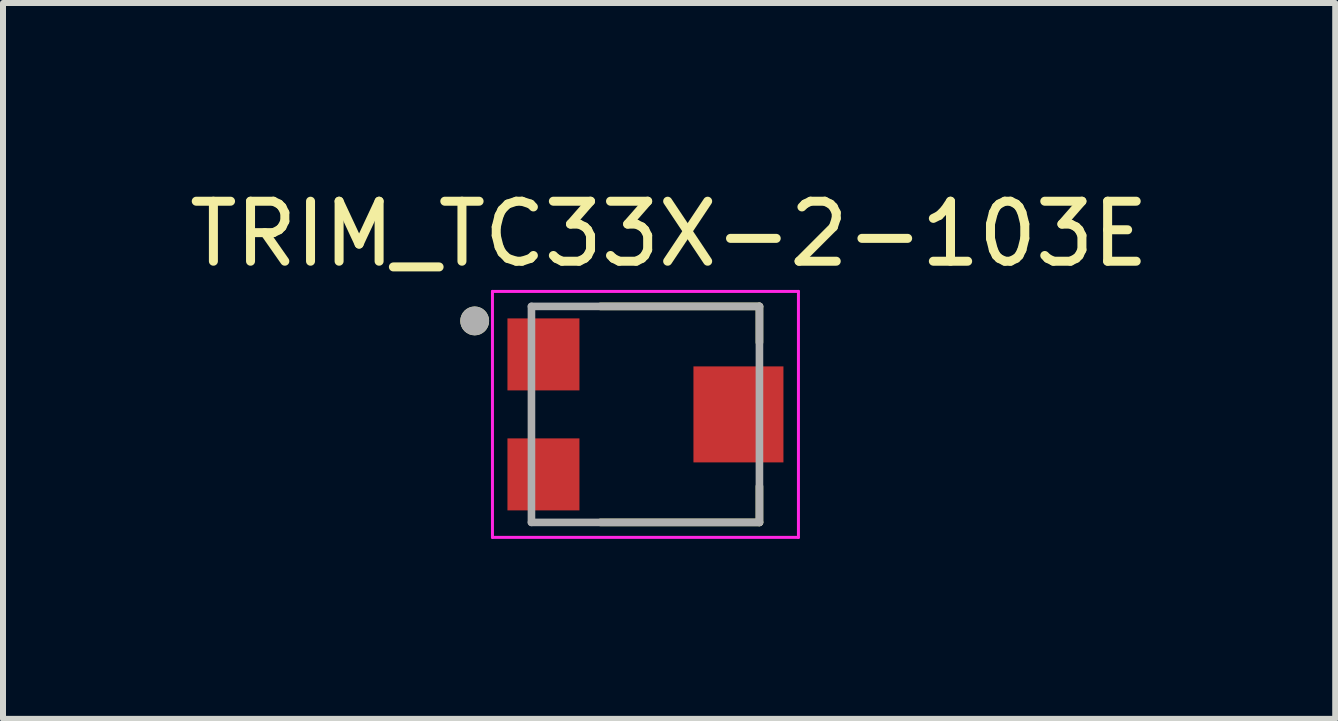
<source format=kicad_pcb>
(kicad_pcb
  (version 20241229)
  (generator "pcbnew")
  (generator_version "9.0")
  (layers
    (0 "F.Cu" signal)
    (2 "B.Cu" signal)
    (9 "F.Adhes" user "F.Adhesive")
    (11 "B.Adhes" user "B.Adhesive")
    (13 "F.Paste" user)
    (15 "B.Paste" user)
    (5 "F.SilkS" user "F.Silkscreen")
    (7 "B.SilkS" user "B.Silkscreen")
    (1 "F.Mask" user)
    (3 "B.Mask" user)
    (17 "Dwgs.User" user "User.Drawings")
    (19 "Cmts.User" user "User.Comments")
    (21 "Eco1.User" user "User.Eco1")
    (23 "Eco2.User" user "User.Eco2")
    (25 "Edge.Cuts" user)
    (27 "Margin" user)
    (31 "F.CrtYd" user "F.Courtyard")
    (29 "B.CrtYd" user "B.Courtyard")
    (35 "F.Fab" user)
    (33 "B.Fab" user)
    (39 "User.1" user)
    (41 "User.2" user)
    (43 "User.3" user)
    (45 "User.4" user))
  (footprint "TRIM_TC33X-2-103E"
    (layer "F.Cu")
    (at 7.808 3.857)
    (property "Reference" "TRIM_TC33X-2-103E" (at 0.294 -3.008 0) (layer "F.SilkS") (effects (font (size 1 1) (thickness 0.15))))
    (attr smd)
    (fp_line (start -0.85 -1.8) (end 1.8 -1.8) (stroke (width 0.127) (type solid)) (layer "F.SilkS"))
    (fp_line (start -0.85 1.8) (end 1.8 1.8) (stroke (width 0.127) (type solid)) (layer "F.SilkS"))
    (fp_line (start 1.8 -1.8) (end 1.8 -1.2) (stroke (width 0.127) (type solid)) (layer "F.SilkS"))
    (fp_line (start 1.8 1.8) (end 1.8 1.2) (stroke (width 0.127) (type solid)) (layer "F.SilkS"))
    (fp_circle (center -2.946 -1.558) (end -2.826 -1.558) (stroke (width 0.24) (type solid)) (fill no) (layer "F.SilkS"))
    (fp_line (start -2.65 -2.05) (end 2.45 -2.05) (stroke (width 0.05) (type solid)) (layer "F.CrtYd"))
    (fp_line (start -2.65 2.05) (end -2.65 -2.05) (stroke (width 0.05) (type solid)) (layer "F.CrtYd"))
    (fp_line (start 2.45 -2.05) (end 2.45 2.05) (stroke (width 0.05) (type solid)) (layer "F.CrtYd"))
    (fp_line (start 2.45 2.05) (end -2.65 2.05) (stroke (width 0.05) (type solid)) (layer "F.CrtYd"))
    (fp_line (start -2 -1.8) (end 1.8 -1.8) (stroke (width 0.127) (type solid)) (layer "F.Fab"))
    (fp_line (start -2 1.8) (end -2 -1.8) (stroke (width 0.127) (type solid)) (layer "F.Fab"))
    (fp_line (start 1.8 -1.8) (end 1.8 1.8) (stroke (width 0.127) (type solid)) (layer "F.Fab"))
    (fp_line (start 1.8 1.8) (end -2 1.8) (stroke (width 0.127) (type solid)) (layer "F.Fab"))
    (fp_circle (center -2.946 -1.558) (end -2.826 -1.558) (stroke (width 0.24) (type solid)) (fill no) (layer "F.Fab"))
    (pad "1" smd rect (at -1.8 -1) (size 1.2 1.2) (layers "F.Cu" "F.Mask" "F.Paste"))
    (pad "2" smd rect (at 1.45 0 270) (size 1.6 1.5) (layers "F.Cu" "F.Mask" "F.Paste"))
    (pad "3" smd rect (at -1.8 1) (size 1.2 1.2) (layers "F.Cu" "F.Mask" "F.Paste")))
  (gr_rect
    (start -3 -3)
    (end 19.205 8.932)
    (stroke (width 0.1) (type default))
    (fill no)
    (layer "Edge.Cuts")))
</source>
